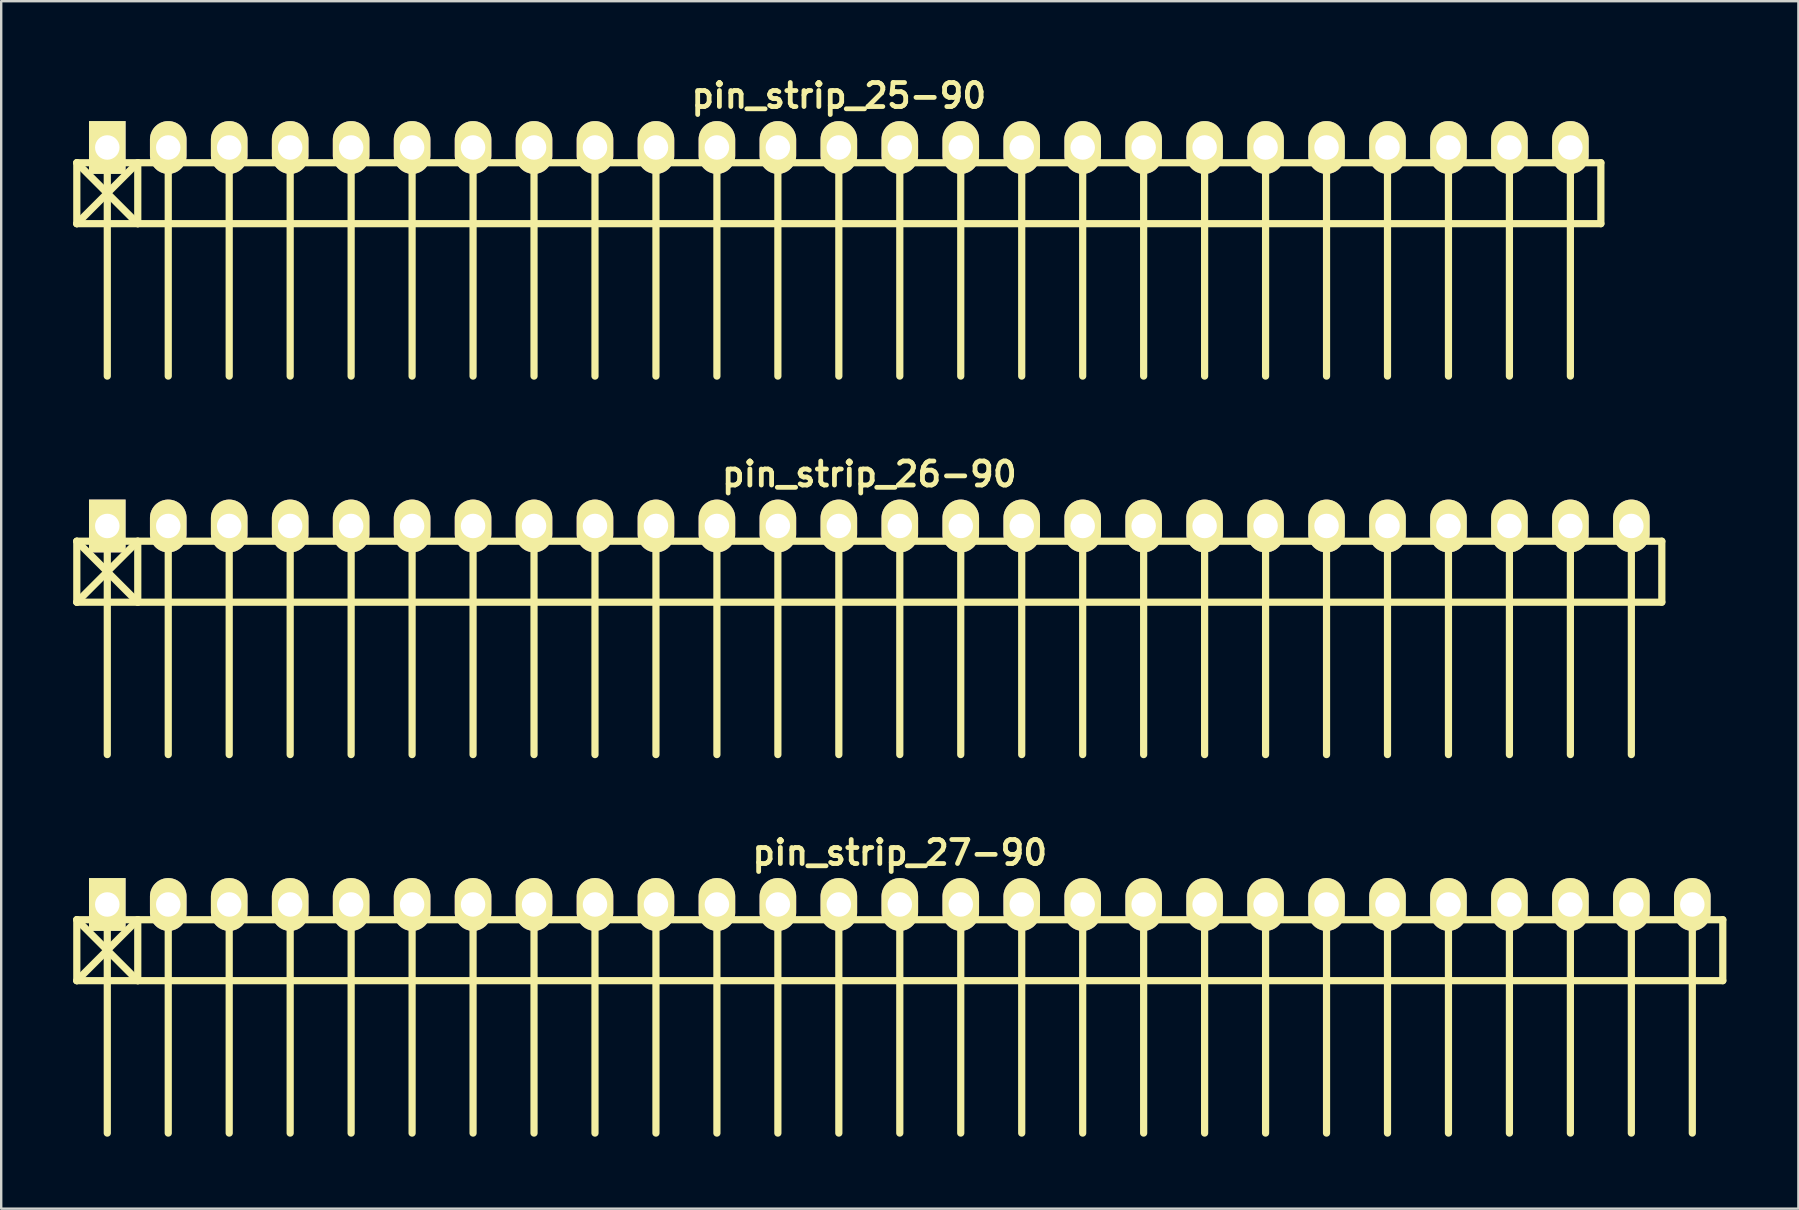
<source format=kicad_pcb>
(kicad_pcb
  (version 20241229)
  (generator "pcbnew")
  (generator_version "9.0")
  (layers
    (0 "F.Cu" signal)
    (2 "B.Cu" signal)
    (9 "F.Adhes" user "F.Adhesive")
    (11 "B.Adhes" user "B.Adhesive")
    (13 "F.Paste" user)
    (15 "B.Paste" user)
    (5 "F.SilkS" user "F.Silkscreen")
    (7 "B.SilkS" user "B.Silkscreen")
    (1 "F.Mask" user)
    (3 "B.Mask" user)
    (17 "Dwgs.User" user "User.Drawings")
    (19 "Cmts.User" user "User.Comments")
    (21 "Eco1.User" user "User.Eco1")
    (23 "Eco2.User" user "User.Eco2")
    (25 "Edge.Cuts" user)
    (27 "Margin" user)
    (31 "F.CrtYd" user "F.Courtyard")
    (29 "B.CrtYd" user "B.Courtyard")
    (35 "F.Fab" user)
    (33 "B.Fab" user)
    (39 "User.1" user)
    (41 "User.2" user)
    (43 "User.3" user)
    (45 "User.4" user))
  (footprint "pin_strip_26-90"
    (layer "F.Cu")
    (at 33.17 18.865)
    (property "Reference" "pin_strip_26-90" (at 0 -2.159 0) (layer "F.SilkS") (effects (font (size 1 1) (thickness 0.2))))
    (attr through_hole)
    (fp_line (start -33.02 0.635) (end 33.02 0.635) (stroke (width 0.3) (type solid)) (layer "F.SilkS"))
    (fp_line (start -33.02 3.175) (end -33.02 0.635) (stroke (width 0.3) (type solid)) (layer "F.SilkS"))
    (fp_line (start -33.02 3.175) (end -30.48 0.635) (stroke (width 0.3) (type solid)) (layer "F.SilkS"))
    (fp_line (start -31.75 0) (end -31.75 9.525) (stroke (width 0.3) (type solid)) (layer "F.SilkS"))
    (fp_line (start -30.48 0.635) (end -30.48 3.175) (stroke (width 0.3) (type solid)) (layer "F.SilkS"))
    (fp_line (start -30.48 3.175) (end -33.02 0.635) (stroke (width 0.3) (type solid)) (layer "F.SilkS"))
    (fp_line (start -29.21 0) (end -29.21 9.525) (stroke (width 0.3) (type solid)) (layer "F.SilkS"))
    (fp_line (start -26.67 9.525) (end -26.67 0) (stroke (width 0.3) (type solid)) (layer "F.SilkS"))
    (fp_line (start -24.13 0) (end -24.13 9.525) (stroke (width 0.3) (type solid)) (layer "F.SilkS"))
    (fp_line (start -21.59 0) (end -21.59 9.525) (stroke (width 0.3) (type solid)) (layer "F.SilkS"))
    (fp_line (start -19.05 0) (end -19.05 9.525) (stroke (width 0.3) (type solid)) (layer "F.SilkS"))
    (fp_line (start -16.51 0) (end -16.51 9.525) (stroke (width 0.3) (type solid)) (layer "F.SilkS"))
    (fp_line (start -13.97 0) (end -13.97 9.525) (stroke (width 0.3) (type solid)) (layer "F.SilkS"))
    (fp_line (start -11.43 0) (end -11.43 9.525) (stroke (width 0.3) (type solid)) (layer "F.SilkS"))
    (fp_line (start -8.89 0) (end -8.89 9.525) (stroke (width 0.3) (type solid)) (layer "F.SilkS"))
    (fp_line (start -6.35 0) (end -6.35 9.525) (stroke (width 0.3) (type solid)) (layer "F.SilkS"))
    (fp_line (start -3.81 0) (end -3.81 9.525) (stroke (width 0.3) (type solid)) (layer "F.SilkS"))
    (fp_line (start -1.27 9.525) (end -1.27 0) (stroke (width 0.3) (type solid)) (layer "F.SilkS"))
    (fp_line (start 1.27 0) (end 1.27 9.525) (stroke (width 0.3) (type solid)) (layer "F.SilkS"))
    (fp_line (start 3.81 0) (end 3.81 9.525) (stroke (width 0.3) (type solid)) (layer "F.SilkS"))
    (fp_line (start 6.35 0) (end 6.35 9.525) (stroke (width 0.3) (type solid)) (layer "F.SilkS"))
    (fp_line (start 8.89 0) (end 8.89 9.525) (stroke (width 0.3) (type solid)) (layer "F.SilkS"))
    (fp_line (start 11.43 0) (end 11.43 9.525) (stroke (width 0.3) (type solid)) (layer "F.SilkS"))
    (fp_line (start 13.97 0) (end 13.97 9.525) (stroke (width 0.3) (type solid)) (layer "F.SilkS"))
    (fp_line (start 16.51 0) (end 16.51 9.525) (stroke (width 0.3) (type solid)) (layer "F.SilkS"))
    (fp_line (start 19.05 0) (end 19.05 9.525) (stroke (width 0.3) (type solid)) (layer "F.SilkS"))
    (fp_line (start 21.59 0) (end 21.59 9.525) (stroke (width 0.3) (type solid)) (layer "F.SilkS"))
    (fp_line (start 24.13 9.525) (end 24.13 0) (stroke (width 0.3) (type solid)) (layer "F.SilkS"))
    (fp_line (start 26.67 0) (end 26.67 9.525) (stroke (width 0.3) (type solid)) (layer "F.SilkS"))
    (fp_line (start 29.21 0) (end 29.21 9.525) (stroke (width 0.3) (type solid)) (layer "F.SilkS"))
    (fp_line (start 31.75 0) (end 31.75 9.525) (stroke (width 0.3) (type solid)) (layer "F.SilkS"))
    (fp_line (start 33.02 0.635) (end 33.02 3.175) (stroke (width 0.3) (type solid)) (layer "F.SilkS"))
    (fp_line (start 33.02 3.175) (end -33.02 3.175) (stroke (width 0.3) (type solid)) (layer "F.SilkS"))
    (pad "1" thru_hole rect (at -31.75 0) (size 1.524 2.2) (drill 1.02) (layers "*.Cu" "*.Mask" "F.SilkS"))
    (pad "2" thru_hole oval (at -29.21 0) (size 1.524 2.2) (drill 1.02) (layers "*.Cu" "*.Mask" "F.SilkS"))
    (pad "3" thru_hole oval (at -26.67 0) (size 1.524 2.2) (drill 1.02) (layers "*.Cu" "*.Mask" "F.SilkS"))
    (pad "4" thru_hole oval (at -24.13 0) (size 1.524 2.2) (drill 1.02) (layers "*.Cu" "*.Mask" "F.SilkS"))
    (pad "5" thru_hole oval (at -21.59 0) (size 1.524 2.2) (drill 1.02) (layers "*.Cu" "*.Mask" "F.SilkS"))
    (pad "6" thru_hole oval (at -19.05 0) (size 1.524 2.2) (drill 1.02) (layers "*.Cu" "*.Mask" "F.SilkS"))
    (pad "7" thru_hole oval (at -16.51 0) (size 1.524 2.2) (drill 1.02) (layers "*.Cu" "*.Mask" "F.SilkS"))
    (pad "8" thru_hole oval (at -13.97 0) (size 1.524 2.2) (drill 1.02) (layers "*.Cu" "*.Mask" "F.SilkS"))
    (pad "9" thru_hole oval (at -11.43 0) (size 1.524 2.2) (drill 1.02) (layers "*.Cu" "*.Mask" "F.SilkS"))
    (pad "10" thru_hole oval (at -8.89 0) (size 1.524 2.2) (drill 1.02) (layers "*.Cu" "*.Mask" "F.SilkS"))
    (pad "11" thru_hole oval (at -6.35 0) (size 1.524 2.2) (drill 1.02) (layers "*.Cu" "*.Mask" "F.SilkS"))
    (pad "12" thru_hole oval (at -3.81 0) (size 1.524 2.2) (drill 1.02) (layers "*.Cu" "*.Mask" "F.SilkS"))
    (pad "13" thru_hole oval (at -1.27 0) (size 1.524 2.2) (drill 1.02) (layers "*.Cu" "*.Mask" "F.SilkS"))
    (pad "14" thru_hole oval (at 1.27 0) (size 1.524 2.2) (drill 1.02) (layers "*.Cu" "*.Mask" "F.SilkS"))
    (pad "15" thru_hole oval (at 3.81 0) (size 1.524 2.2) (drill 1.02) (layers "*.Cu" "*.Mask" "F.SilkS"))
    (pad "16" thru_hole oval (at 6.35 0) (size 1.524 2.2) (drill 1.02) (layers "*.Cu" "*.Mask" "F.SilkS"))
    (pad "17" thru_hole oval (at 8.89 0) (size 1.524 2.2) (drill 1.02) (layers "*.Cu" "*.Mask" "F.SilkS"))
    (pad "18" thru_hole oval (at 11.43 0) (size 1.524 2.2) (drill 1.02) (layers "*.Cu" "*.Mask" "F.SilkS"))
    (pad "19" thru_hole oval (at 13.97 0) (size 1.524 2.2) (drill 1.02) (layers "*.Cu" "*.Mask" "F.SilkS"))
    (pad "20" thru_hole oval (at 16.51 0) (size 1.524 2.2) (drill 1.02) (layers "*.Cu" "*.Mask" "F.SilkS"))
    (pad "21" thru_hole oval (at 19.05 0) (size 1.524 2.2) (drill 1.02) (layers "*.Cu" "*.Mask" "F.SilkS"))
    (pad "22" thru_hole oval (at 21.59 0) (size 1.524 2.2) (drill 1.02) (layers "*.Cu" "*.Mask" "F.SilkS"))
    (pad "23" thru_hole oval (at 24.13 0) (size 1.524 2.2) (drill 1.02) (layers "*.Cu" "*.Mask" "F.SilkS"))
    (pad "24" thru_hole oval (at 26.67 0) (size 1.524 2.2) (drill 1.02) (layers "*.Cu" "*.Mask" "F.SilkS"))
    (pad "25" thru_hole oval (at 29.21 0) (size 1.524 2.2) (drill 1.02) (layers "*.Cu" "*.Mask" "F.SilkS"))
    (pad "26" thru_hole oval (at 31.75 0) (size 1.524 2.2) (drill 1.02) (layers "*.Cu" "*.Mask" "F.SilkS")))
  (footprint "pin_strip_25-90"
    (layer "F.Cu")
    (at 31.9 3.095)
    (property "Reference" "pin_strip_25-90" (at 0 -2.159 0) (layer "F.SilkS") (effects (font (size 1 1) (thickness 0.2))))
    (attr through_hole)
    (fp_line (start -31.75 0.635) (end 31.75 0.635) (stroke (width 0.3) (type solid)) (layer "F.SilkS"))
    (fp_line (start -31.75 3.175) (end -31.75 0.635) (stroke (width 0.3) (type solid)) (layer "F.SilkS"))
    (fp_line (start -31.75 3.175) (end -29.21 0.635) (stroke (width 0.3) (type solid)) (layer "F.SilkS"))
    (fp_line (start -30.48 0) (end -30.48 9.525) (stroke (width 0.3) (type solid)) (layer "F.SilkS"))
    (fp_line (start -29.21 0.635) (end -29.21 3.175) (stroke (width 0.3) (type solid)) (layer "F.SilkS"))
    (fp_line (start -29.21 3.175) (end -31.75 0.635) (stroke (width 0.3) (type solid)) (layer "F.SilkS"))
    (fp_line (start -27.94 0) (end -27.94 9.525) (stroke (width 0.3) (type solid)) (layer "F.SilkS"))
    (fp_line (start -25.4 9.525) (end -25.4 0) (stroke (width 0.3) (type solid)) (layer "F.SilkS"))
    (fp_line (start -22.86 0) (end -22.86 9.525) (stroke (width 0.3) (type solid)) (layer "F.SilkS"))
    (fp_line (start -20.32 0) (end -20.32 9.525) (stroke (width 0.3) (type solid)) (layer "F.SilkS"))
    (fp_line (start -17.78 0) (end -17.78 9.525) (stroke (width 0.3) (type solid)) (layer "F.SilkS"))
    (fp_line (start -15.24 0) (end -15.24 9.525) (stroke (width 0.3) (type solid)) (layer "F.SilkS"))
    (fp_line (start -12.7 0) (end -12.7 9.525) (stroke (width 0.3) (type solid)) (layer "F.SilkS"))
    (fp_line (start -10.16 0) (end -10.16 9.525) (stroke (width 0.3) (type solid)) (layer "F.SilkS"))
    (fp_line (start -7.62 0) (end -7.62 9.525) (stroke (width 0.3) (type solid)) (layer "F.SilkS"))
    (fp_line (start -5.08 0) (end -5.08 9.525) (stroke (width 0.3) (type solid)) (layer "F.SilkS"))
    (fp_line (start -2.54 0) (end -2.54 9.525) (stroke (width 0.3) (type solid)) (layer "F.SilkS"))
    (fp_line (start 0 9.525) (end 0 0) (stroke (width 0.3) (type solid)) (layer "F.SilkS"))
    (fp_line (start 2.54 0) (end 2.54 9.525) (stroke (width 0.3) (type solid)) (layer "F.SilkS"))
    (fp_line (start 5.08 0) (end 5.08 9.525) (stroke (width 0.3) (type solid)) (layer "F.SilkS"))
    (fp_line (start 7.62 0) (end 7.62 9.525) (stroke (width 0.3) (type solid)) (layer "F.SilkS"))
    (fp_line (start 10.16 0) (end 10.16 9.525) (stroke (width 0.3) (type solid)) (layer "F.SilkS"))
    (fp_line (start 12.7 0) (end 12.7 9.525) (stroke (width 0.3) (type solid)) (layer "F.SilkS"))
    (fp_line (start 15.24 0) (end 15.24 9.525) (stroke (width 0.3) (type solid)) (layer "F.SilkS"))
    (fp_line (start 17.78 0) (end 17.78 9.525) (stroke (width 0.3) (type solid)) (layer "F.SilkS"))
    (fp_line (start 20.32 0) (end 20.32 9.525) (stroke (width 0.3) (type solid)) (layer "F.SilkS"))
    (fp_line (start 22.86 0) (end 22.86 9.525) (stroke (width 0.3) (type solid)) (layer "F.SilkS"))
    (fp_line (start 25.4 9.525) (end 25.4 0) (stroke (width 0.3) (type solid)) (layer "F.SilkS"))
    (fp_line (start 27.94 0) (end 27.94 9.525) (stroke (width 0.3) (type solid)) (layer "F.SilkS"))
    (fp_line (start 30.48 0) (end 30.48 9.525) (stroke (width 0.3) (type solid)) (layer "F.SilkS"))
    (fp_line (start 31.75 0.635) (end 31.75 3.175) (stroke (width 0.3) (type solid)) (layer "F.SilkS"))
    (fp_line (start 31.75 3.175) (end -31.75 3.175) (stroke (width 0.3) (type solid)) (layer "F.SilkS"))
    (pad "1" thru_hole rect (at -30.48 0) (size 1.524 2.2) (drill 1.02) (layers "*.Cu" "*.Mask" "F.SilkS"))
    (pad "2" thru_hole oval (at -27.94 0) (size 1.524 2.2) (drill 1.02) (layers "*.Cu" "*.Mask" "F.SilkS"))
    (pad "3" thru_hole oval (at -25.4 0) (size 1.524 2.2) (drill 1.02) (layers "*.Cu" "*.Mask" "F.SilkS"))
    (pad "4" thru_hole oval (at -22.86 0) (size 1.524 2.2) (drill 1.02) (layers "*.Cu" "*.Mask" "F.SilkS"))
    (pad "5" thru_hole oval (at -20.32 0) (size 1.524 2.2) (drill 1.02) (layers "*.Cu" "*.Mask" "F.SilkS"))
    (pad "6" thru_hole oval (at -17.78 0) (size 1.524 2.2) (drill 1.02) (layers "*.Cu" "*.Mask" "F.SilkS"))
    (pad "7" thru_hole oval (at -15.24 0) (size 1.524 2.2) (drill 1.02) (layers "*.Cu" "*.Mask" "F.SilkS"))
    (pad "8" thru_hole oval (at -12.7 0) (size 1.524 2.2) (drill 1.02) (layers "*.Cu" "*.Mask" "F.SilkS"))
    (pad "9" thru_hole oval (at -10.16 0) (size 1.524 2.2) (drill 1.02) (layers "*.Cu" "*.Mask" "F.SilkS"))
    (pad "10" thru_hole oval (at -7.62 0) (size 1.524 2.2) (drill 1.02) (layers "*.Cu" "*.Mask" "F.SilkS"))
    (pad "11" thru_hole oval (at -5.08 0) (size 1.524 2.2) (drill 1.02) (layers "*.Cu" "*.Mask" "F.SilkS"))
    (pad "12" thru_hole oval (at -2.54 0) (size 1.524 2.2) (drill 1.02) (layers "*.Cu" "*.Mask" "F.SilkS"))
    (pad "13" thru_hole oval (at 0 0) (size 1.524 2.2) (drill 1.02) (layers "*.Cu" "*.Mask" "F.SilkS"))
    (pad "14" thru_hole oval (at 2.54 0) (size 1.524 2.2) (drill 1.02) (layers "*.Cu" "*.Mask" "F.SilkS"))
    (pad "15" thru_hole oval (at 5.08 0) (size 1.524 2.2) (drill 1.02) (layers "*.Cu" "*.Mask" "F.SilkS"))
    (pad "16" thru_hole oval (at 7.62 0) (size 1.524 2.2) (drill 1.02) (layers "*.Cu" "*.Mask" "F.SilkS"))
    (pad "17" thru_hole oval (at 10.16 0) (size 1.524 2.2) (drill 1.02) (layers "*.Cu" "*.Mask" "F.SilkS"))
    (pad "18" thru_hole oval (at 12.7 0) (size 1.524 2.2) (drill 1.02) (layers "*.Cu" "*.Mask" "F.SilkS"))
    (pad "19" thru_hole oval (at 15.24 0) (size 1.524 2.2) (drill 1.02) (layers "*.Cu" "*.Mask" "F.SilkS"))
    (pad "20" thru_hole oval (at 17.78 0) (size 1.524 2.2) (drill 1.02) (layers "*.Cu" "*.Mask" "F.SilkS"))
    (pad "21" thru_hole oval (at 20.32 0) (size 1.524 2.2) (drill 1.02) (layers "*.Cu" "*.Mask" "F.SilkS"))
    (pad "22" thru_hole oval (at 22.86 0) (size 1.524 2.2) (drill 1.02) (layers "*.Cu" "*.Mask" "F.SilkS"))
    (pad "23" thru_hole oval (at 25.4 0) (size 1.524 2.2) (drill 1.02) (layers "*.Cu" "*.Mask" "F.SilkS"))
    (pad "24" thru_hole oval (at 27.94 0) (size 1.524 2.2) (drill 1.02) (layers "*.Cu" "*.Mask" "F.SilkS"))
    (pad "25" thru_hole oval (at 30.48 0) (size 1.524 2.2) (drill 1.02) (layers "*.Cu" "*.Mask" "F.SilkS")))
  (footprint "pin_strip_27-90"
    (layer "F.Cu")
    (at 34.44 34.635)
    (property "Reference" "pin_strip_27-90" (at 0 -2.159 0) (layer "F.SilkS") (effects (font (size 1 1) (thickness 0.2))))
    (attr through_hole)
    (fp_line (start -34.29 0.635) (end 34.29 0.635) (stroke (width 0.3) (type solid)) (layer "F.SilkS"))
    (fp_line (start -34.29 3.175) (end -34.29 0.635) (stroke (width 0.3) (type solid)) (layer "F.SilkS"))
    (fp_line (start -34.29 3.175) (end -31.75 0.635) (stroke (width 0.3) (type solid)) (layer "F.SilkS"))
    (fp_line (start -33.02 0) (end -33.02 9.525) (stroke (width 0.3) (type solid)) (layer "F.SilkS"))
    (fp_line (start -31.75 0.635) (end -31.75 3.175) (stroke (width 0.3) (type solid)) (layer "F.SilkS"))
    (fp_line (start -31.75 3.175) (end -34.29 0.635) (stroke (width 0.3) (type solid)) (layer "F.SilkS"))
    (fp_line (start -30.48 0) (end -30.48 9.525) (stroke (width 0.3) (type solid)) (layer "F.SilkS"))
    (fp_line (start -27.94 9.525) (end -27.94 0) (stroke (width 0.3) (type solid)) (layer "F.SilkS"))
    (fp_line (start -25.4 0) (end -25.4 9.525) (stroke (width 0.3) (type solid)) (layer "F.SilkS"))
    (fp_line (start -22.86 0) (end -22.86 9.525) (stroke (width 0.3) (type solid)) (layer "F.SilkS"))
    (fp_line (start -20.32 0) (end -20.32 9.525) (stroke (width 0.3) (type solid)) (layer "F.SilkS"))
    (fp_line (start -17.78 0) (end -17.78 9.525) (stroke (width 0.3) (type solid)) (layer "F.SilkS"))
    (fp_line (start -15.24 0) (end -15.24 9.525) (stroke (width 0.3) (type solid)) (layer "F.SilkS"))
    (fp_line (start -12.7 0) (end -12.7 9.525) (stroke (width 0.3) (type solid)) (layer "F.SilkS"))
    (fp_line (start -10.16 0) (end -10.16 9.525) (stroke (width 0.3) (type solid)) (layer "F.SilkS"))
    (fp_line (start -7.62 0) (end -7.62 9.525) (stroke (width 0.3) (type solid)) (layer "F.SilkS"))
    (fp_line (start -5.08 0) (end -5.08 9.525) (stroke (width 0.3) (type solid)) (layer "F.SilkS"))
    (fp_line (start -2.54 9.525) (end -2.54 0) (stroke (width 0.3) (type solid)) (layer "F.SilkS"))
    (fp_line (start 0 0) (end 0 9.525) (stroke (width 0.3) (type solid)) (layer "F.SilkS"))
    (fp_line (start 2.54 0) (end 2.54 9.525) (stroke (width 0.3) (type solid)) (layer "F.SilkS"))
    (fp_line (start 5.08 0) (end 5.08 9.525) (stroke (width 0.3) (type solid)) (layer "F.SilkS"))
    (fp_line (start 7.62 0) (end 7.62 9.525) (stroke (width 0.3) (type solid)) (layer "F.SilkS"))
    (fp_line (start 10.16 0) (end 10.16 9.525) (stroke (width 0.3) (type solid)) (layer "F.SilkS"))
    (fp_line (start 12.7 0) (end 12.7 9.525) (stroke (width 0.3) (type solid)) (layer "F.SilkS"))
    (fp_line (start 15.24 0) (end 15.24 9.525) (stroke (width 0.3) (type solid)) (layer "F.SilkS"))
    (fp_line (start 17.78 0) (end 17.78 9.525) (stroke (width 0.3) (type solid)) (layer "F.SilkS"))
    (fp_line (start 20.32 0) (end 20.32 9.525) (stroke (width 0.3) (type solid)) (layer "F.SilkS"))
    (fp_line (start 22.86 9.525) (end 22.86 0) (stroke (width 0.3) (type solid)) (layer "F.SilkS"))
    (fp_line (start 25.4 0) (end 25.4 9.525) (stroke (width 0.3) (type solid)) (layer "F.SilkS"))
    (fp_line (start 27.94 0) (end 27.94 9.525) (stroke (width 0.3) (type solid)) (layer "F.SilkS"))
    (fp_line (start 30.48 0) (end 30.48 9.525) (stroke (width 0.3) (type solid)) (layer "F.SilkS"))
    (fp_line (start 33.02 0) (end 33.02 9.525) (stroke (width 0.3) (type solid)) (layer "F.SilkS"))
    (fp_line (start 34.29 0.635) (end 34.29 3.175) (stroke (width 0.3) (type solid)) (layer "F.SilkS"))
    (fp_line (start 34.29 3.175) (end -34.29 3.175) (stroke (width 0.3) (type solid)) (layer "F.SilkS"))
    (pad "1" thru_hole rect (at -33.02 0) (size 1.524 2.2) (drill 1.02) (layers "*.Cu" "*.Mask" "F.SilkS"))
    (pad "2" thru_hole oval (at -30.48 0) (size 1.524 2.2) (drill 1.02) (layers "*.Cu" "*.Mask" "F.SilkS"))
    (pad "3" thru_hole oval (at -27.94 0) (size 1.524 2.2) (drill 1.02) (layers "*.Cu" "*.Mask" "F.SilkS"))
    (pad "4" thru_hole oval (at -25.4 0) (size 1.524 2.2) (drill 1.02) (layers "*.Cu" "*.Mask" "F.SilkS"))
    (pad "5" thru_hole oval (at -22.86 0) (size 1.524 2.2) (drill 1.02) (layers "*.Cu" "*.Mask" "F.SilkS"))
    (pad "6" thru_hole oval (at -20.32 0) (size 1.524 2.2) (drill 1.02) (layers "*.Cu" "*.Mask" "F.SilkS"))
    (pad "7" thru_hole oval (at -17.78 0) (size 1.524 2.2) (drill 1.02) (layers "*.Cu" "*.Mask" "F.SilkS"))
    (pad "8" thru_hole oval (at -15.24 0) (size 1.524 2.2) (drill 1.02) (layers "*.Cu" "*.Mask" "F.SilkS"))
    (pad "9" thru_hole oval (at -12.7 0) (size 1.524 2.2) (drill 1.02) (layers "*.Cu" "*.Mask" "F.SilkS"))
    (pad "10" thru_hole oval (at -10.16 0) (size 1.524 2.2) (drill 1.02) (layers "*.Cu" "*.Mask" "F.SilkS"))
    (pad "11" thru_hole oval (at -7.62 0) (size 1.524 2.2) (drill 1.02) (layers "*.Cu" "*.Mask" "F.SilkS"))
    (pad "12" thru_hole oval (at -5.08 0) (size 1.524 2.2) (drill 1.02) (layers "*.Cu" "*.Mask" "F.SilkS"))
    (pad "13" thru_hole oval (at -2.54 0) (size 1.524 2.2) (drill 1.02) (layers "*.Cu" "*.Mask" "F.SilkS"))
    (pad "14" thru_hole oval (at 0 0) (size 1.524 2.2) (drill 1.02) (layers "*.Cu" "*.Mask" "F.SilkS"))
    (pad "15" thru_hole oval (at 2.54 0) (size 1.524 2.2) (drill 1.02) (layers "*.Cu" "*.Mask" "F.SilkS"))
    (pad "16" thru_hole oval (at 5.08 0) (size 1.524 2.2) (drill 1.02) (layers "*.Cu" "*.Mask" "F.SilkS"))
    (pad "17" thru_hole oval (at 7.62 0) (size 1.524 2.2) (drill 1.02) (layers "*.Cu" "*.Mask" "F.SilkS"))
    (pad "18" thru_hole oval (at 10.16 0) (size 1.524 2.2) (drill 1.02) (layers "*.Cu" "*.Mask" "F.SilkS"))
    (pad "19" thru_hole oval (at 12.7 0) (size 1.524 2.2) (drill 1.02) (layers "*.Cu" "*.Mask" "F.SilkS"))
    (pad "20" thru_hole oval (at 15.24 0) (size 1.524 2.2) (drill 1.02) (layers "*.Cu" "*.Mask" "F.SilkS"))
    (pad "21" thru_hole oval (at 17.78 0) (size 1.524 2.2) (drill 1.02) (layers "*.Cu" "*.Mask" "F.SilkS"))
    (pad "22" thru_hole oval (at 20.32 0) (size 1.524 2.2) (drill 1.02) (layers "*.Cu" "*.Mask" "F.SilkS"))
    (pad "23" thru_hole oval (at 22.86 0) (size 1.524 2.2) (drill 1.02) (layers "*.Cu" "*.Mask" "F.SilkS"))
    (pad "24" thru_hole oval (at 25.4 0) (size 1.524 2.2) (drill 1.02) (layers "*.Cu" "*.Mask" "F.SilkS"))
    (pad "25" thru_hole oval (at 27.94 0) (size 1.524 2.2) (drill 1.02) (layers "*.Cu" "*.Mask" "F.SilkS"))
    (pad "26" thru_hole oval (at 30.48 0) (size 1.524 2.2) (drill 1.02) (layers "*.Cu" "*.Mask" "F.SilkS"))
    (pad "27" thru_hole oval (at 33.02 0) (size 1.524 2.2) (drill 1.02) (layers "*.Cu" "*.Mask" "F.SilkS")))
  (gr_rect
    (start -3 -3)
    (end 71.88 47.31)
    (stroke (width 0.1) (type default))
    (fill no)
    (layer "Edge.Cuts")))
</source>
